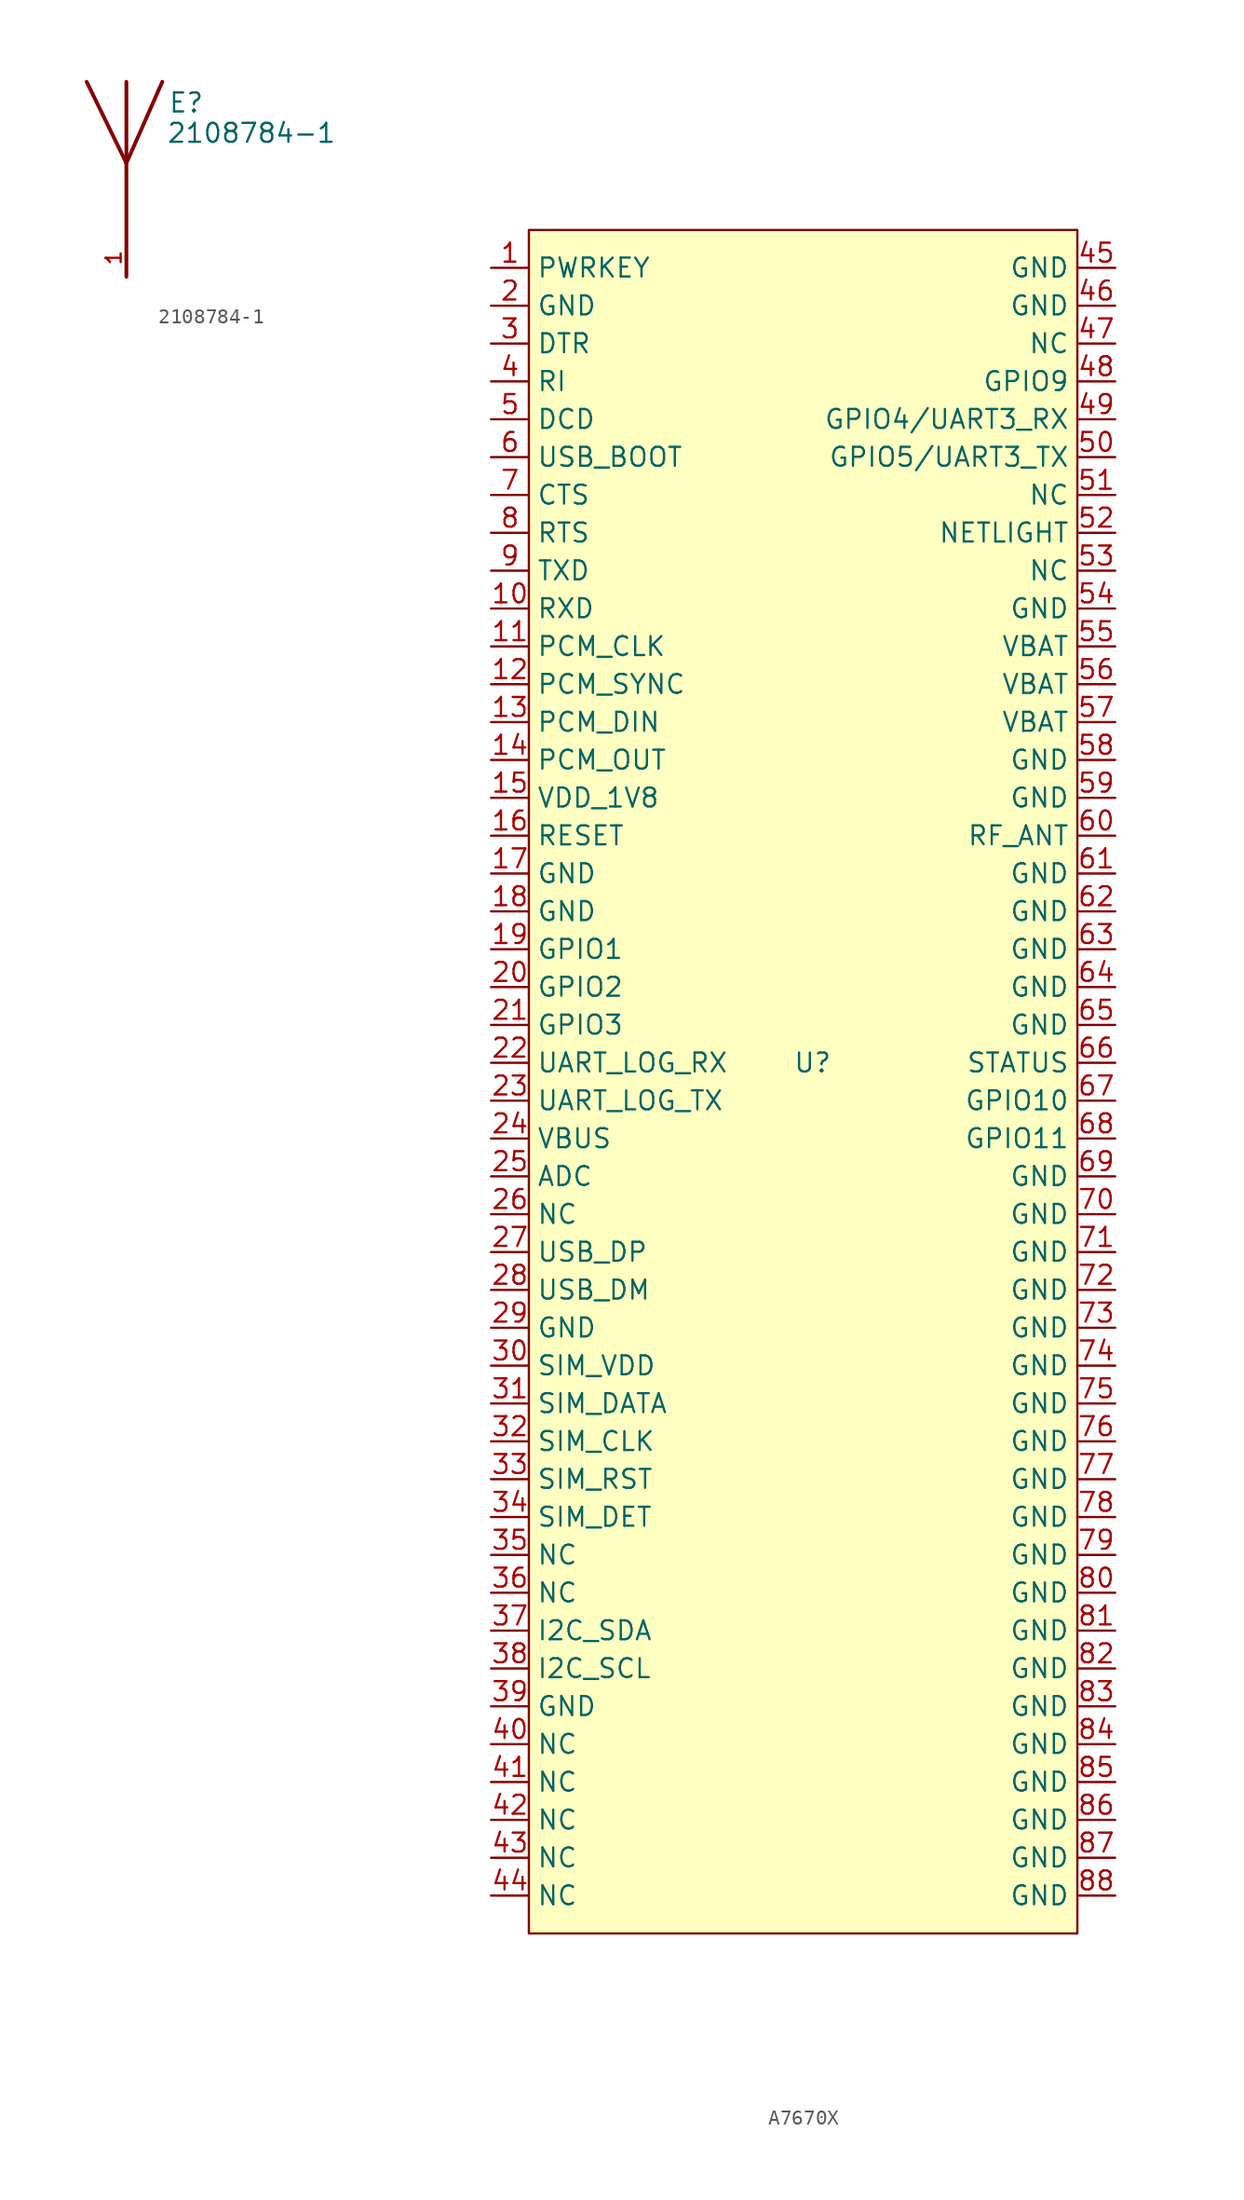
<source format=kicad_sym>
(kicad_symbol_lib
  (version 20231120)
  (generator "kicad_symbol_editor")
  (generator_version "8.0")
  (symbol "2108784-1"
    (pin_names
      (offset 1.016))
    (property "Reference" "E"
      (at 2.8 5.85 0)
      (effects (font (size 1.27 1.27)) (justify left bottom)))
    (property "Value" "2108784-1"
      (at 2.673 3.813 0)
      (effects (font (size 1.27 1.27)) (justify left bottom)))
    (symbol "2108784-1_0_0"
      (polyline (pts (xy 0 2.54) (xy -2.667 8.001)) (stroke (width 0.254) (type default)) (fill (type none)))
      (polyline (pts (xy 0 2.54) (xy 0 -5.08)) (stroke (width 0.254) (type default)) (fill (type none)))
      (polyline (pts (xy 0 8.001) (xy 0 2.54)) (stroke (width 0.254) (type default)) (fill (type none)))
      (polyline (pts (xy 2.413 8.001) (xy 0 2.54)) (stroke (width 0.254) (type default)) (fill (type none))))
    (symbol "2108784-1_1_0"
      (pin input line (at 0 -5.08 90) (length 2.54) (name "~" (effects (font (size 1.016 1.016)))) (number "1" (effects (font (size 1.016 1.016)))))))
  (symbol "A7670X"
    (property "Reference" "U"
      (at 0 0 0)
      (effects (font (size 1.27 1.27))))
    (property "Value" ""
      (at -1.27 34.29 0)
      (effects (font (size 1.27 1.27))))
    (symbol "A7670X_1_1"
      (rectangle (start -19.05 55.88) (end 17.78 -58.42) (stroke (width 0) (type default)) (fill (type background)))
      (pin bidirectional line (at -21.59 53.34 0) (length 2.54) (name "PWRKEY" (effects (font (size 1.27 1.27)))) (number "1" (effects (font (size 1.27 1.27)))))
      (pin bidirectional line (at -21.59 30.48 0) (length 2.54) (name "RXD" (effects (font (size 1.27 1.27)))) (number "10" (effects (font (size 1.27 1.27)))))
      (pin bidirectional line (at -21.59 27.94 0) (length 2.54) (name "PCM_CLK" (effects (font (size 1.27 1.27)))) (number "11" (effects (font (size 1.27 1.27)))))
      (pin bidirectional line (at -21.59 25.4 0) (length 2.54) (name "PCM_SYNC" (effects (font (size 1.27 1.27)))) (number "12" (effects (font (size 1.27 1.27)))))
      (pin bidirectional line (at -21.59 22.86 0) (length 2.54) (name "PCM_DIN" (effects (font (size 1.27 1.27)))) (number "13" (effects (font (size 1.27 1.27)))))
      (pin bidirectional line (at -21.59 20.32 0) (length 2.54) (name "PCM_OUT" (effects (font (size 1.27 1.27)))) (number "14" (effects (font (size 1.27 1.27)))))
      (pin bidirectional line (at -21.59 17.78 0) (length 2.54) (name "VDD_1V8" (effects (font (size 1.27 1.27)))) (number "15" (effects (font (size 1.27 1.27)))))
      (pin bidirectional line (at -21.59 15.24 0) (length 2.54) (name "RESET" (effects (font (size 1.27 1.27)))) (number "16" (effects (font (size 1.27 1.27)))))
      (pin bidirectional line (at -21.59 12.7 0) (length 2.54) (name "GND" (effects (font (size 1.27 1.27)))) (number "17" (effects (font (size 1.27 1.27)))))
      (pin bidirectional line (at -21.59 10.16 0) (length 2.54) (name "GND" (effects (font (size 1.27 1.27)))) (number "18" (effects (font (size 1.27 1.27)))))
      (pin bidirectional line (at -21.59 7.62 0) (length 2.54) (name "GPIO1" (effects (font (size 1.27 1.27)))) (number "19" (effects (font (size 1.27 1.27)))))
      (pin bidirectional line (at -21.59 50.8 0) (length 2.54) (name "GND" (effects (font (size 1.27 1.27)))) (number "2" (effects (font (size 1.27 1.27)))))
      (pin bidirectional line (at -21.59 5.08 0) (length 2.54) (name "GPIO2" (effects (font (size 1.27 1.27)))) (number "20" (effects (font (size 1.27 1.27)))))
      (pin bidirectional line (at -21.59 2.54 0) (length 2.54) (name "GPIO3" (effects (font (size 1.27 1.27)))) (number "21" (effects (font (size 1.27 1.27)))))
      (pin bidirectional line (at -21.59 0 0) (length 2.54) (name "UART_LOG_RX" (effects (font (size 1.27 1.27)))) (number "22" (effects (font (size 1.27 1.27)))))
      (pin bidirectional line (at -21.59 -2.54 0) (length 2.54) (name "UART_LOG_TX" (effects (font (size 1.27 1.27)))) (number "23" (effects (font (size 1.27 1.27)))))
      (pin bidirectional line (at -21.59 -5.08 0) (length 2.54) (name "VBUS" (effects (font (size 1.27 1.27)))) (number "24" (effects (font (size 1.27 1.27)))))
      (pin bidirectional line (at -21.59 -7.62 0) (length 2.54) (name "ADC" (effects (font (size 1.27 1.27)))) (number "25" (effects (font (size 1.27 1.27)))))
      (pin bidirectional line (at -21.59 -10.16 0) (length 2.54) (name "NC" (effects (font (size 1.27 1.27)))) (number "26" (effects (font (size 1.27 1.27)))))
      (pin bidirectional line (at -21.59 -12.7 0) (length 2.54) (name "USB_DP" (effects (font (size 1.27 1.27)))) (number "27" (effects (font (size 1.27 1.27)))))
      (pin bidirectional line (at -21.59 -15.24 0) (length 2.54) (name "USB_DM" (effects (font (size 1.27 1.27)))) (number "28" (effects (font (size 1.27 1.27)))))
      (pin bidirectional line (at -21.59 -17.78 0) (length 2.54) (name "GND" (effects (font (size 1.27 1.27)))) (number "29" (effects (font (size 1.27 1.27)))))
      (pin bidirectional line (at -21.59 48.26 0) (length 2.54) (name "DTR" (effects (font (size 1.27 1.27)))) (number "3" (effects (font (size 1.27 1.27)))))
      (pin bidirectional line (at -21.59 -20.32 0) (length 2.54) (name "SIM_VDD" (effects (font (size 1.27 1.27)))) (number "30" (effects (font (size 1.27 1.27)))))
      (pin bidirectional line (at -21.59 -22.86 0) (length 2.54) (name "SIM_DATA" (effects (font (size 1.27 1.27)))) (number "31" (effects (font (size 1.27 1.27)))))
      (pin bidirectional line (at -21.59 -25.4 0) (length 2.54) (name "SIM_CLK" (effects (font (size 1.27 1.27)))) (number "32" (effects (font (size 1.27 1.27)))))
      (pin bidirectional line (at -21.59 -27.94 0) (length 2.54) (name "SIM_RST" (effects (font (size 1.27 1.27)))) (number "33" (effects (font (size 1.27 1.27)))))
      (pin bidirectional line (at -21.59 -30.48 0) (length 2.54) (name "SIM_DET" (effects (font (size 1.27 1.27)))) (number "34" (effects (font (size 1.27 1.27)))))
      (pin bidirectional line (at -21.59 -33.02 0) (length 2.54) (name "NC" (effects (font (size 1.27 1.27)))) (number "35" (effects (font (size 1.27 1.27)))))
      (pin bidirectional line (at -21.59 -35.56 0) (length 2.54) (name "NC" (effects (font (size 1.27 1.27)))) (number "36" (effects (font (size 1.27 1.27)))))
      (pin bidirectional line (at -21.59 -38.1 0) (length 2.54) (name "I2C_SDA" (effects (font (size 1.27 1.27)))) (number "37" (effects (font (size 1.27 1.27)))))
      (pin bidirectional line (at -21.59 -40.64 0) (length 2.54) (name "I2C_SCL" (effects (font (size 1.27 1.27)))) (number "38" (effects (font (size 1.27 1.27)))))
      (pin bidirectional line (at -21.59 -43.18 0) (length 2.54) (name "GND" (effects (font (size 1.27 1.27)))) (number "39" (effects (font (size 1.27 1.27)))))
      (pin bidirectional line (at -21.59 45.72 0) (length 2.54) (name "RI" (effects (font (size 1.27 1.27)))) (number "4" (effects (font (size 1.27 1.27)))))
      (pin bidirectional line (at -21.59 -45.72 0) (length 2.54) (name "NC" (effects (font (size 1.27 1.27)))) (number "40" (effects (font (size 1.27 1.27)))))
      (pin bidirectional line (at -21.59 -48.26 0) (length 2.54) (name "NC" (effects (font (size 1.27 1.27)))) (number "41" (effects (font (size 1.27 1.27)))))
      (pin bidirectional line (at -21.59 -50.8 0) (length 2.54) (name "NC" (effects (font (size 1.27 1.27)))) (number "42" (effects (font (size 1.27 1.27)))))
      (pin bidirectional line (at -21.59 -53.34 0) (length 2.54) (name "NC" (effects (font (size 1.27 1.27)))) (number "43" (effects (font (size 1.27 1.27)))))
      (pin bidirectional line (at -21.59 -55.88 0) (length 2.54) (name "NC" (effects (font (size 1.27 1.27)))) (number "44" (effects (font (size 1.27 1.27)))))
      (pin bidirectional line (at 20.32 53.34 180) (length 2.54) (name "GND" (effects (font (size 1.27 1.27)))) (number "45" (effects (font (size 1.27 1.27)))))
      (pin bidirectional line (at 20.32 50.8 180) (length 2.54) (name "GND" (effects (font (size 1.27 1.27)))) (number "46" (effects (font (size 1.27 1.27)))))
      (pin bidirectional line (at 20.32 48.26 180) (length 2.54) (name "NC" (effects (font (size 1.27 1.27)))) (number "47" (effects (font (size 1.27 1.27)))))
      (pin bidirectional line (at 20.32 45.72 180) (length 2.54) (name "GPIO9" (effects (font (size 1.27 1.27)))) (number "48" (effects (font (size 1.27 1.27)))))
      (pin bidirectional line (at 20.32 43.18 180) (length 2.54) (name "GPIO4/UART3_RX" (effects (font (size 1.27 1.27)))) (number "49" (effects (font (size 1.27 1.27)))))
      (pin bidirectional line (at -21.59 43.18 0) (length 2.54) (name "DCD" (effects (font (size 1.27 1.27)))) (number "5" (effects (font (size 1.27 1.27)))))
      (pin bidirectional line (at 20.32 40.64 180) (length 2.54) (name "GPIO5/UART3_TX" (effects (font (size 1.27 1.27)))) (number "50" (effects (font (size 1.27 1.27)))))
      (pin bidirectional line (at 20.32 38.1 180) (length 2.54) (name "NC" (effects (font (size 1.27 1.27)))) (number "51" (effects (font (size 1.27 1.27)))))
      (pin bidirectional line (at 20.32 35.56 180) (length 2.54) (name "NETLIGHT" (effects (font (size 1.27 1.27)))) (number "52" (effects (font (size 1.27 1.27)))))
      (pin bidirectional line (at 20.32 33.02 180) (length 2.54) (name "NC" (effects (font (size 1.27 1.27)))) (number "53" (effects (font (size 1.27 1.27)))))
      (pin bidirectional line (at 20.32 30.48 180) (length 2.54) (name "GND" (effects (font (size 1.27 1.27)))) (number "54" (effects (font (size 1.27 1.27)))))
      (pin bidirectional line (at 20.32 27.94 180) (length 2.54) (name "VBAT" (effects (font (size 1.27 1.27)))) (number "55" (effects (font (size 1.27 1.27)))))
      (pin bidirectional line (at 20.32 25.4 180) (length 2.54) (name "VBAT" (effects (font (size 1.27 1.27)))) (number "56" (effects (font (size 1.27 1.27)))))
      (pin bidirectional line (at 20.32 22.86 180) (length 2.54) (name "VBAT" (effects (font (size 1.27 1.27)))) (number "57" (effects (font (size 1.27 1.27)))))
      (pin bidirectional line (at 20.32 20.32 180) (length 2.54) (name "GND" (effects (font (size 1.27 1.27)))) (number "58" (effects (font (size 1.27 1.27)))))
      (pin bidirectional line (at 20.32 17.78 180) (length 2.54) (name "GND" (effects (font (size 1.27 1.27)))) (number "59" (effects (font (size 1.27 1.27)))))
      (pin bidirectional line (at -21.59 40.64 0) (length 2.54) (name "USB_BOOT" (effects (font (size 1.27 1.27)))) (number "6" (effects (font (size 1.27 1.27)))))
      (pin bidirectional line (at 20.32 15.24 180) (length 2.54) (name "RF_ANT" (effects (font (size 1.27 1.27)))) (number "60" (effects (font (size 1.27 1.27)))))
      (pin bidirectional line (at 20.32 12.7 180) (length 2.54) (name "GND" (effects (font (size 1.27 1.27)))) (number "61" (effects (font (size 1.27 1.27)))))
      (pin bidirectional line (at 20.32 10.16 180) (length 2.54) (name "GND" (effects (font (size 1.27 1.27)))) (number "62" (effects (font (size 1.27 1.27)))))
      (pin bidirectional line (at 20.32 7.62 180) (length 2.54) (name "GND" (effects (font (size 1.27 1.27)))) (number "63" (effects (font (size 1.27 1.27)))))
      (pin bidirectional line (at 20.32 5.08 180) (length 2.54) (name "GND" (effects (font (size 1.27 1.27)))) (number "64" (effects (font (size 1.27 1.27)))))
      (pin bidirectional line (at 20.32 2.54 180) (length 2.54) (name "GND" (effects (font (size 1.27 1.27)))) (number "65" (effects (font (size 1.27 1.27)))))
      (pin bidirectional line (at 20.32 0 180) (length 2.54) (name "STATUS" (effects (font (size 1.27 1.27)))) (number "66" (effects (font (size 1.27 1.27)))))
      (pin bidirectional line (at 20.32 -2.54 180) (length 2.54) (name "GPIO10" (effects (font (size 1.27 1.27)))) (number "67" (effects (font (size 1.27 1.27)))))
      (pin bidirectional line (at 20.32 -5.08 180) (length 2.54) (name "GPIO11" (effects (font (size 1.27 1.27)))) (number "68" (effects (font (size 1.27 1.27)))))
      (pin bidirectional line (at 20.32 -7.62 180) (length 2.54) (name "GND" (effects (font (size 1.27 1.27)))) (number "69" (effects (font (size 1.27 1.27)))))
      (pin bidirectional line (at -21.59 38.1 0) (length 2.54) (name "CTS" (effects (font (size 1.27 1.27)))) (number "7" (effects (font (size 1.27 1.27)))))
      (pin bidirectional line (at 20.32 -10.16 180) (length 2.54) (name "GND" (effects (font (size 1.27 1.27)))) (number "70" (effects (font (size 1.27 1.27)))))
      (pin bidirectional line (at 20.32 -12.7 180) (length 2.54) (name "GND" (effects (font (size 1.27 1.27)))) (number "71" (effects (font (size 1.27 1.27)))))
      (pin bidirectional line (at 20.32 -15.24 180) (length 2.54) (name "GND" (effects (font (size 1.27 1.27)))) (number "72" (effects (font (size 1.27 1.27)))))
      (pin bidirectional line (at 20.32 -17.78 180) (length 2.54) (name "GND" (effects (font (size 1.27 1.27)))) (number "73" (effects (font (size 1.27 1.27)))))
      (pin bidirectional line (at 20.32 -20.32 180) (length 2.54) (name "GND" (effects (font (size 1.27 1.27)))) (number "74" (effects (font (size 1.27 1.27)))))
      (pin bidirectional line (at 20.32 -22.86 180) (length 2.54) (name "GND" (effects (font (size 1.27 1.27)))) (number "75" (effects (font (size 1.27 1.27)))))
      (pin bidirectional line (at 20.32 -25.4 180) (length 2.54) (name "GND" (effects (font (size 1.27 1.27)))) (number "76" (effects (font (size 1.27 1.27)))))
      (pin bidirectional line (at 20.32 -27.94 180) (length 2.54) (name "GND" (effects (font (size 1.27 1.27)))) (number "77" (effects (font (size 1.27 1.27)))))
      (pin bidirectional line (at 20.32 -30.48 180) (length 2.54) (name "GND" (effects (font (size 1.27 1.27)))) (number "78" (effects (font (size 1.27 1.27)))))
      (pin bidirectional line (at 20.32 -33.02 180) (length 2.54) (name "GND" (effects (font (size 1.27 1.27)))) (number "79" (effects (font (size 1.27 1.27)))))
      (pin bidirectional line (at -21.59 35.56 0) (length 2.54) (name "RTS" (effects (font (size 1.27 1.27)))) (number "8" (effects (font (size 1.27 1.27)))))
      (pin bidirectional line (at 20.32 -35.56 180) (length 2.54) (name "GND" (effects (font (size 1.27 1.27)))) (number "80" (effects (font (size 1.27 1.27)))))
      (pin bidirectional line (at 20.32 -38.1 180) (length 2.54) (name "GND" (effects (font (size 1.27 1.27)))) (number "81" (effects (font (size 1.27 1.27)))))
      (pin bidirectional line (at 20.32 -40.64 180) (length 2.54) (name "GND" (effects (font (size 1.27 1.27)))) (number "82" (effects (font (size 1.27 1.27)))))
      (pin bidirectional line (at 20.32 -43.18 180) (length 2.54) (name "GND" (effects (font (size 1.27 1.27)))) (number "83" (effects (font (size 1.27 1.27)))))
      (pin bidirectional line (at 20.32 -45.72 180) (length 2.54) (name "GND" (effects (font (size 1.27 1.27)))) (number "84" (effects (font (size 1.27 1.27)))))
      (pin bidirectional line (at 20.32 -48.26 180) (length 2.54) (name "GND" (effects (font (size 1.27 1.27)))) (number "85" (effects (font (size 1.27 1.27)))))
      (pin bidirectional line (at 20.32 -50.8 180) (length 2.54) (name "GND" (effects (font (size 1.27 1.27)))) (number "86" (effects (font (size 1.27 1.27)))))
      (pin bidirectional line (at 20.32 -53.34 180) (length 2.54) (name "GND" (effects (font (size 1.27 1.27)))) (number "87" (effects (font (size 1.27 1.27)))))
      (pin bidirectional line (at 20.32 -55.88 180) (length 2.54) (name "GND" (effects (font (size 1.27 1.27)))) (number "88" (effects (font (size 1.27 1.27)))))
      (pin bidirectional line (at -21.59 33.02 0) (length 2.54) (name "TXD" (effects (font (size 1.27 1.27)))) (number "9" (effects (font (size 1.27 1.27))))))))
</source>
